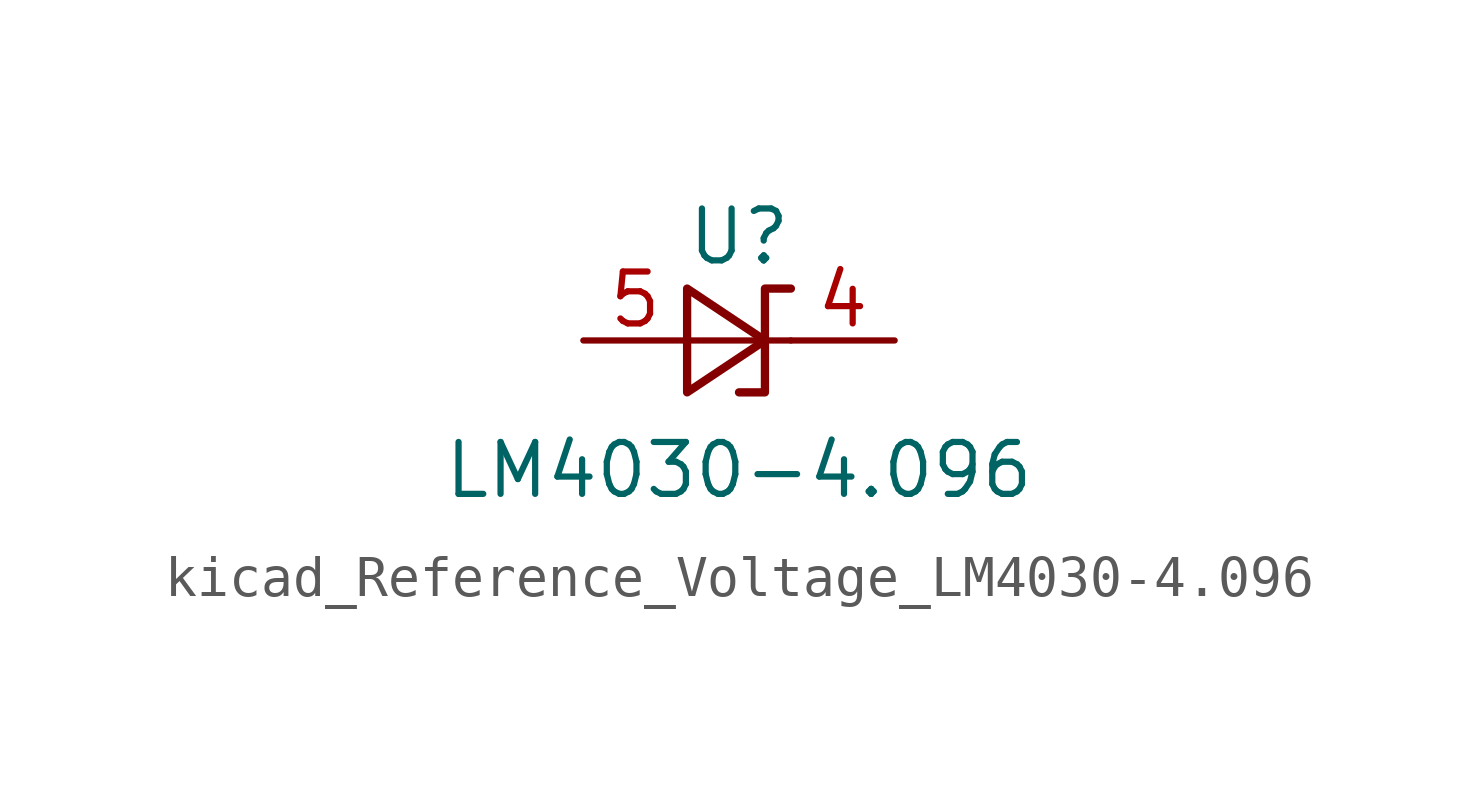
<source format=kicad_sym>
(kicad_symbol_lib
  (version 20220914)
  (generator kicad_symbol_editor)
  (symbol "kicad_Reference_Voltage_LM4030-4.096"
    (pin_names
      (offset 0.025) hide)
    (property "Reference" "U"
      (at 0 2.54 0)
      (effects (font (size 1.27 1.27))))
    (property "Value" "LM4030-4.096"
      (at 0 -3.175 0)
      (effects (font (size 1.27 1.27))))
    (symbol "kicad_Reference_Voltage_LM4030-4.096_0_1"
      (polyline (pts (xy -1.27 0) (xy 0 0) (xy 1.27 0)) (stroke (width 0) (type default)) (fill (type none)))
      (polyline (pts (xy -1.27 -1.27) (xy 0.635 0) (xy -1.27 1.27) (xy -1.27 -1.27)) (stroke (width 0.203) (type default)) (fill (type none)))
      (polyline (pts (xy 0 -1.27) (xy 0.635 -1.27) (xy 0.635 1.27) (xy 1.27 1.27)) (stroke (width 0.203) (type default)) (fill (type none))))
    (symbol "kicad_Reference_Voltage_LM4030-4.096_1_1"
      (pin passive line (at 3.81 0 180) (length 2.54) (name "K" (effects (font (size 1.27 1.27)))) (number "4" (effects (font (size 1.27 1.27)))))
      (pin passive line (at -3.81 0 0) (length 2.54) (name "A" (effects (font (size 1.27 1.27)))) (number "5" (effects (font (size 1.27 1.27))))))))
</source>
